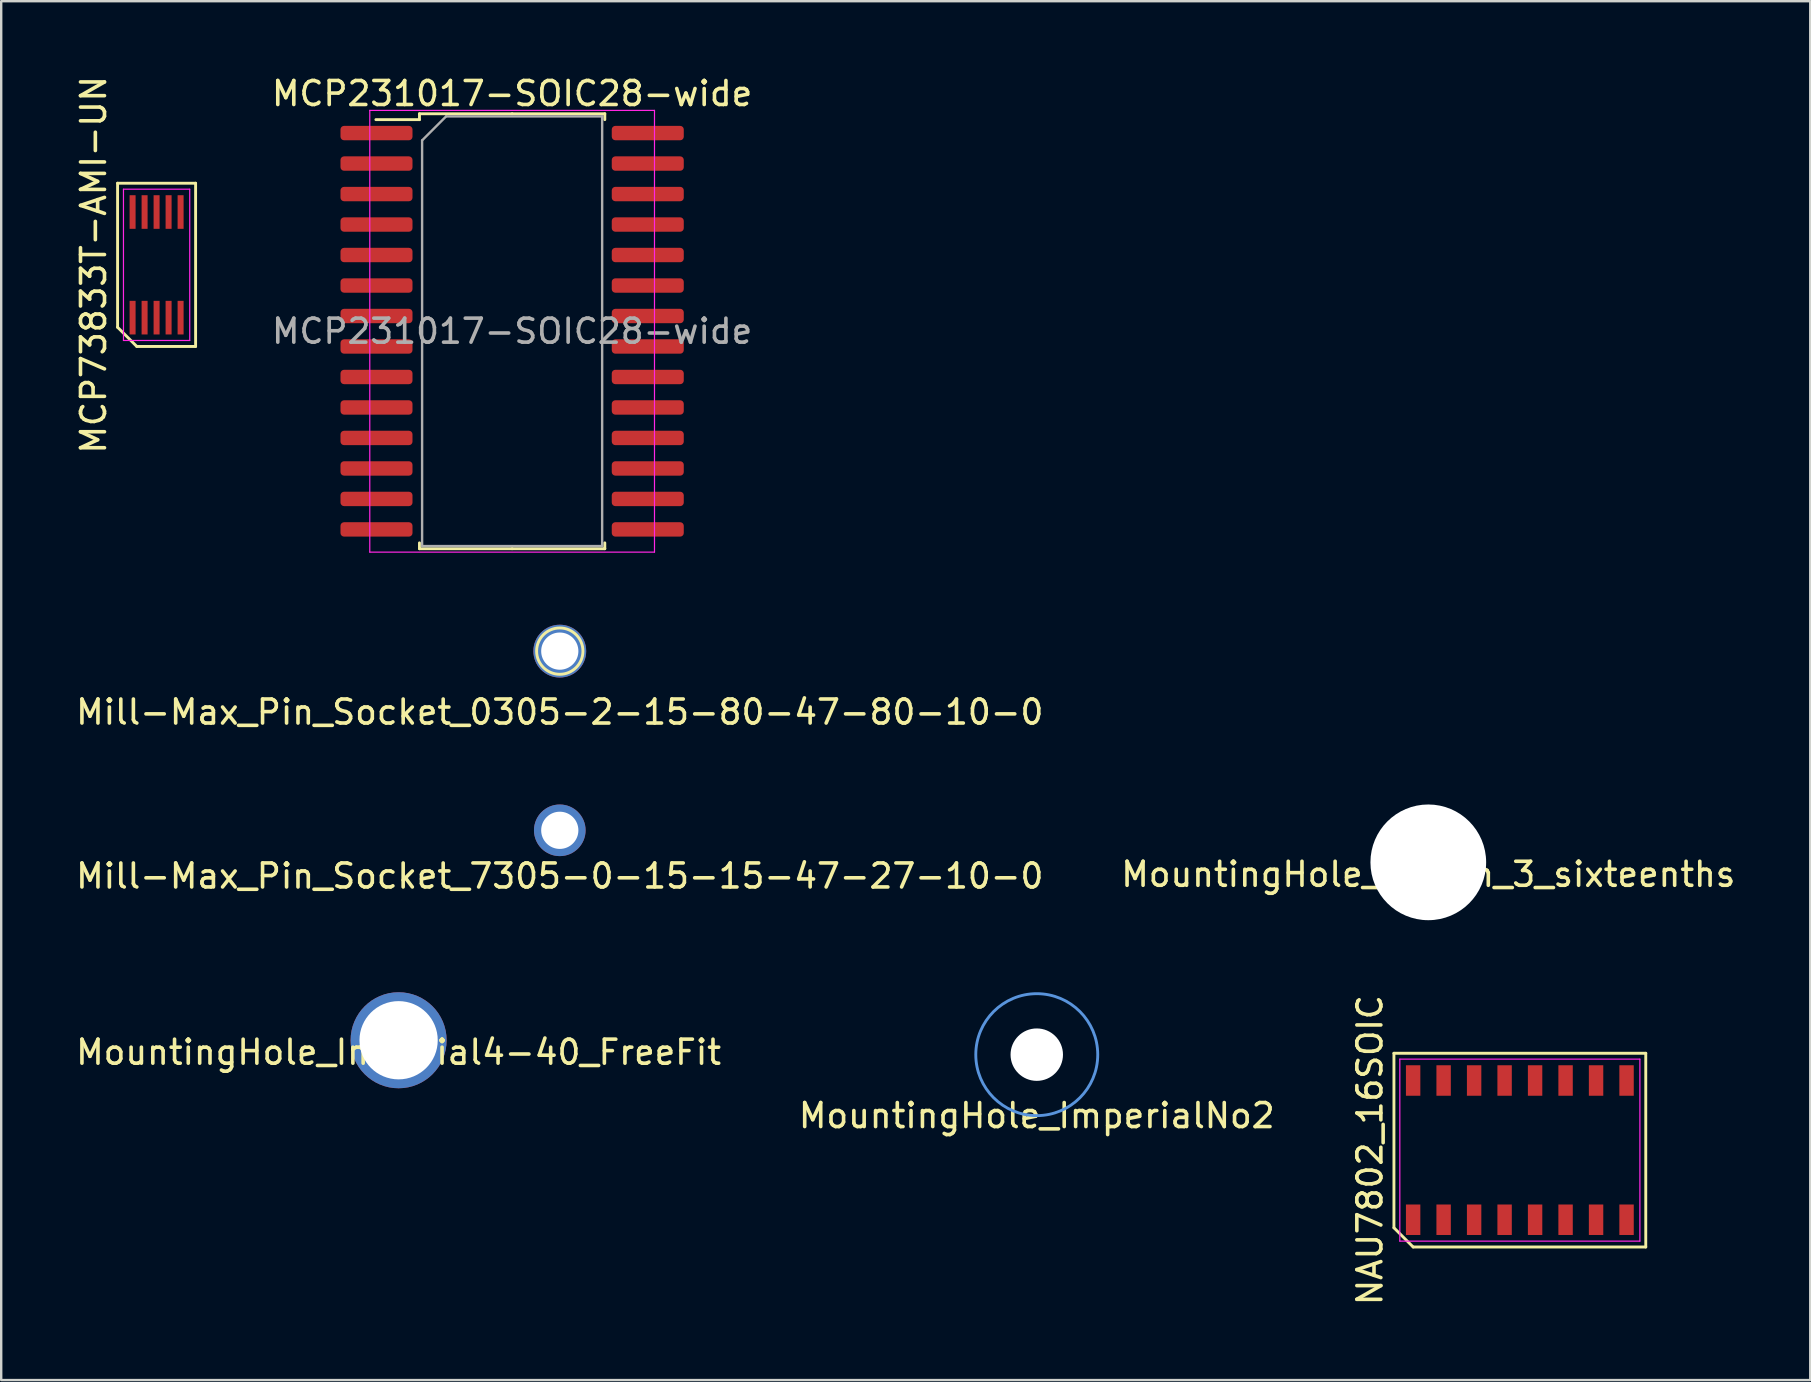
<source format=kicad_pcb>
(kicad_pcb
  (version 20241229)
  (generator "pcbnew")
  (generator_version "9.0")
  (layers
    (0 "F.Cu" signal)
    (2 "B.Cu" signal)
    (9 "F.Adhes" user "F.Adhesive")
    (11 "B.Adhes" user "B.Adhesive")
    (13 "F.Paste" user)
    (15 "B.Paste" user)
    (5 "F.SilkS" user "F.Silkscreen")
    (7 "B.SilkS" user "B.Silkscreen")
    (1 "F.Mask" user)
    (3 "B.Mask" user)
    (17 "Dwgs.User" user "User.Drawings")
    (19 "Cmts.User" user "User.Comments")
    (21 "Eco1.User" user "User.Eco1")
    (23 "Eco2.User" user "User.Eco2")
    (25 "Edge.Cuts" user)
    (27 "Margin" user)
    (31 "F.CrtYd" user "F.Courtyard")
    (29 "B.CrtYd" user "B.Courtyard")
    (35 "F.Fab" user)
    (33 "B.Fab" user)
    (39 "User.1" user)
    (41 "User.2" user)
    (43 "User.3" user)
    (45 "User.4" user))
  (footprint "MountingHole_Imperial4-40_FreeFit"
    (layer "F.Cu")
    (at 13.554 40.282)
    (property "Reference" "MountingHole_Imperial4-40_FreeFit" (at 0 0.5 0) (layer "F.SilkS") (effects (font (size 1 1) (thickness 0.15))))
    (attr through_hole)
    (pad "" np_thru_hole circle (at 0 0) (size 4 4) (drill 3.26) (layers "*.Cu" "*.Mask")))
  (footprint "Mill-Max_Pin_Socket_0305-2-15-80-47-80-10-0"
    (layer "F.Cu")
    (at 20.268 24.073)
    (property "Reference" "Mill-Max_Pin_Socket_0305-2-15-80-47-80-10-0" (at 0 2.54 0) (layer "F.SilkS") (effects (font (size 1 1) (thickness 0.15))))
    (attr through_hole)
    (fp_circle (center 0 0) (end 0.965 0) (stroke (width 0.12) (type solid)) (fill no) (layer "F.SilkS"))
    (pad "1" thru_hole circle (at 0 0) (size 2.2 2.2) (drill 1.55) (layers "*.Cu" "*.Mask")))
  (footprint "Mill-Max_Pin_Socket_7305-0-15-15-47-27-10-0"
    (layer "F.Cu")
    (at 20.268 31.537)
    (property "Reference" "Mill-Max_Pin_Socket_7305-0-15-15-47-27-10-0" (at 0 1.905 0) (layer "F.SilkS") (effects (font (size 1 1) (thickness 0.15))))
    (attr through_hole)
    (pad "1" thru_hole circle (at 0 0) (size 2.15 2.15) (drill 1.55) (layers "*.Cu" "*.Mask")))
  (footprint "NAU7802_16SOIC"
    (layer "F.Cu")
    (at 60.26 44.859)
    (property "Reference" "NAU7802_16SOIC" (at -6.245 0 90) (layer "F.SilkS") (effects (font (size 1 1) (thickness 0.15))))
    (attr smd)
    (fp_line (start -5.245 -4.035) (end 5.245 -4.035) (stroke (width 0.12) (type solid)) (layer "F.SilkS"))
    (fp_line (start -5.245 3.235) (end -5.245 -4.035) (stroke (width 0.12) (type solid)) (layer "F.SilkS"))
    (fp_line (start -4.445 4.035) (end -5.245 3.235) (stroke (width 0.12) (type solid)) (layer "F.SilkS"))
    (fp_line (start 5.245 -4.035) (end 5.245 4.035) (stroke (width 0.12) (type solid)) (layer "F.SilkS"))
    (fp_line (start 5.245 4.035) (end -4.445 4.035) (stroke (width 0.12) (type solid)) (layer "F.SilkS"))
    (fp_line (start -5 -3.79) (end 5 -3.79) (stroke (width 0.05) (type solid)) (layer "F.CrtYd"))
    (fp_line (start -5 3.79) (end -5 -3.79) (stroke (width 0.05) (type solid)) (layer "F.CrtYd"))
    (fp_line (start 5 -3.79) (end 5 3.79) (stroke (width 0.05) (type solid)) (layer "F.CrtYd"))
    (fp_line (start 5 3.79) (end -5 3.79) (stroke (width 0.05) (type solid)) (layer "F.CrtYd"))
    (pad "1" smd rect (at -4.445 2.9) (size 0.6 1.27) (layers "F.Cu" "F.Mask" "F.Paste"))
    (pad "2" smd rect (at -3.175 2.9) (size 0.6 1.27) (layers "F.Cu" "F.Mask" "F.Paste"))
    (pad "3" smd rect (at -1.905 2.9) (size 0.6 1.27) (layers "F.Cu" "F.Mask" "F.Paste"))
    (pad "4" smd rect (at -0.635 2.9) (size 0.6 1.27) (layers "F.Cu" "F.Mask" "F.Paste"))
    (pad "5" smd rect (at 0.635 2.9) (size 0.6 1.27) (layers "F.Cu" "F.Mask" "F.Paste"))
    (pad "6" smd rect (at 1.905 2.9) (size 0.6 1.27) (layers "F.Cu" "F.Mask" "F.Paste"))
    (pad "7" smd rect (at 3.175 2.9) (size 0.6 1.27) (layers "F.Cu" "F.Mask" "F.Paste"))
    (pad "8" smd rect (at 4.445 2.9) (size 0.6 1.27) (layers "F.Cu" "F.Mask" "F.Paste"))
    (pad "9" smd rect (at 4.445 -2.9) (size 0.6 1.27) (layers "F.Cu" "F.Mask" "F.Paste"))
    (pad "10" smd rect (at 3.175 -2.9) (size 0.6 1.27) (layers "F.Cu" "F.Mask" "F.Paste"))
    (pad "11" smd rect (at 1.905 -2.9) (size 0.6 1.27) (layers "F.Cu" "F.Mask" "F.Paste"))
    (pad "12" smd rect (at 0.635 -2.9) (size 0.6 1.27) (layers "F.Cu" "F.Mask" "F.Paste"))
    (pad "13" smd rect (at -0.635 -2.9) (size 0.6 1.27) (layers "F.Cu" "F.Mask" "F.Paste"))
    (pad "14" smd rect (at -1.905 -2.9) (size 0.6 1.27) (layers "F.Cu" "F.Mask" "F.Paste"))
    (pad "15" smd rect (at -3.175 -2.9) (size 0.6 1.27) (layers "F.Cu" "F.Mask" "F.Paste"))
    (pad "16" smd rect (at -4.445 -2.9) (size 0.6 1.27) (layers "F.Cu" "F.Mask" "F.Paste")))
  (footprint "MCP73833T-AMI-UN"
    (layer "F.Cu")
    (at 3.473 7.982)
    (property "Reference" "MCP73833T-AMI-UN" (at -2.625 0 90) (layer "F.SilkS") (effects (font (size 1 1) (thickness 0.15))))
    (attr smd)
    (fp_line (start -1.625 -3.4) (end 1.625 -3.4) (stroke (width 0.12) (type solid)) (layer "F.SilkS"))
    (fp_line (start -1.625 2.6) (end -1.625 -3.4) (stroke (width 0.12) (type solid)) (layer "F.SilkS"))
    (fp_line (start -0.825 3.4) (end -1.625 2.6) (stroke (width 0.12) (type solid)) (layer "F.SilkS"))
    (fp_line (start 1.625 -3.4) (end 1.625 3.4) (stroke (width 0.12) (type solid)) (layer "F.SilkS"))
    (fp_line (start 1.625 3.4) (end -0.825 3.4) (stroke (width 0.12) (type solid)) (layer "F.SilkS"))
    (fp_line (start -1.38 -3.15) (end 1.38 -3.15) (stroke (width 0.05) (type solid)) (layer "F.CrtYd"))
    (fp_line (start -1.38 3.15) (end -1.38 -3.15) (stroke (width 0.05) (type solid)) (layer "F.CrtYd"))
    (fp_line (start 1.38 -3.15) (end 1.38 3.15) (stroke (width 0.05) (type solid)) (layer "F.CrtYd"))
    (fp_line (start 1.38 3.15) (end -1.38 3.15) (stroke (width 0.05) (type solid)) (layer "F.CrtYd"))
    (pad "1" smd rect (at -1 2.2) (size 0.25 1.4) (layers "F.Cu" "F.Mask" "F.Paste"))
    (pad "2" smd rect (at -0.5 2.2) (size 0.25 1.4) (layers "F.Cu" "F.Mask" "F.Paste"))
    (pad "3" smd rect (at 0 2.2) (size 0.25 1.4) (layers "F.Cu" "F.Mask" "F.Paste"))
    (pad "4" smd rect (at 0.5 2.2) (size 0.25 1.4) (layers "F.Cu" "F.Mask" "F.Paste"))
    (pad "5" smd rect (at 1 2.2) (size 0.25 1.4) (layers "F.Cu" "F.Mask" "F.Paste"))
    (pad "6" smd rect (at 1 -2.2) (size 0.25 1.4) (layers "F.Cu" "F.Mask" "F.Paste"))
    (pad "7" smd rect (at 0.5 -2.2) (size 0.25 1.4) (layers "F.Cu" "F.Mask" "F.Paste"))
    (pad "8" smd rect (at 0 -2.2) (size 0.25 1.4) (layers "F.Cu" "F.Mask" "F.Paste"))
    (pad "9" smd rect (at -0.5 -2.2) (size 0.25 1.4) (layers "F.Cu" "F.Mask" "F.Paste"))
    (pad "10" smd rect (at -1 -2.2) (size 0.25 1.4) (layers "F.Cu" "F.Mask" "F.Paste")))
  (footprint "MountingHole_1.88in_3_sixteenths"
    (layer "F.Cu")
    (at 56.446 32.871)
    (property "Reference" "MountingHole_1.88in_3_sixteenths" (at 0 0.5 0) (layer "F.SilkS") (effects (font (size 1 1) (thickness 0.15))))
    (attr through_hole)
    (pad "" np_thru_hole circle (at 0 0) (size 4.82 4.82) (drill 4.82) (layers "*.Cu" "*.Mask")))
  (footprint "MCP231017-SOIC28-wide"
    (layer "F.Cu")
    (at 18.283 10.748)
    (property "Reference" "MCP231017-SOIC28-wide" (at 0 -9.9 0) (layer "F.SilkS") (effects (font (size 1 1) (thickness 0.15))))
    (attr smd)
    (fp_line (start -3.86 -9.06) (end -3.86 -8.815) (stroke (width 0.12) (type solid)) (layer "F.SilkS"))
    (fp_line (start -3.86 -8.815) (end -5.675 -8.815) (stroke (width 0.12) (type solid)) (layer "F.SilkS"))
    (fp_line (start -3.86 9.06) (end -3.86 8.815) (stroke (width 0.12) (type solid)) (layer "F.SilkS"))
    (fp_line (start 0 -9.06) (end -3.86 -9.06) (stroke (width 0.12) (type solid)) (layer "F.SilkS"))
    (fp_line (start 0 -9.06) (end 3.86 -9.06) (stroke (width 0.12) (type solid)) (layer "F.SilkS"))
    (fp_line (start 0 9.06) (end -3.86 9.06) (stroke (width 0.12) (type solid)) (layer "F.SilkS"))
    (fp_line (start 0 9.06) (end 3.86 9.06) (stroke (width 0.12) (type solid)) (layer "F.SilkS"))
    (fp_line (start 3.86 -9.06) (end 3.86 -8.815) (stroke (width 0.12) (type solid)) (layer "F.SilkS"))
    (fp_line (start 3.86 9.06) (end 3.86 8.815) (stroke (width 0.12) (type solid)) (layer "F.SilkS"))
    (fp_line (start -5.93 -9.2) (end -5.93 9.2) (stroke (width 0.05) (type solid)) (layer "F.CrtYd"))
    (fp_line (start -5.93 9.2) (end 5.93 9.2) (stroke (width 0.05) (type solid)) (layer "F.CrtYd"))
    (fp_line (start 5.93 -9.2) (end -5.93 -9.2) (stroke (width 0.05) (type solid)) (layer "F.CrtYd"))
    (fp_line (start 5.93 9.2) (end 5.93 -9.2) (stroke (width 0.05) (type solid)) (layer "F.CrtYd"))
    (fp_line (start -3.75 -7.95) (end -2.75 -8.95) (stroke (width 0.1) (type solid)) (layer "F.Fab"))
    (fp_line (start -3.75 8.95) (end -3.75 -7.95) (stroke (width 0.1) (type solid)) (layer "F.Fab"))
    (fp_line (start -2.75 -8.95) (end 3.75 -8.95) (stroke (width 0.1) (type solid)) (layer "F.Fab"))
    (fp_line (start 3.75 -8.95) (end 3.75 8.95) (stroke (width 0.1) (type solid)) (layer "F.Fab"))
    (fp_line (start 3.75 8.95) (end -3.75 8.95) (stroke (width 0.1) (type solid)) (layer "F.Fab"))
    (fp_text user "${REFERENCE}" (at 0 0 0) (layer "F.Fab") (effects (font (size 1 1) (thickness 0.15))))
    (pad "1" smd roundrect (at -5.65 -8.255) (size 3 0.6) (layers "F.Cu" "F.Mask" "F.Paste") (roundrect_rratio 0.25))
    (pad "2" smd roundrect (at -5.65 -6.985) (size 3 0.6) (layers "F.Cu" "F.Mask" "F.Paste") (roundrect_rratio 0.25))
    (pad "3" smd roundrect (at -5.65 -5.715) (size 3 0.6) (layers "F.Cu" "F.Mask" "F.Paste") (roundrect_rratio 0.25))
    (pad "4" smd roundrect (at -5.65 -4.445) (size 3 0.6) (layers "F.Cu" "F.Mask" "F.Paste") (roundrect_rratio 0.25))
    (pad "5" smd roundrect (at -5.65 -3.175) (size 3 0.6) (layers "F.Cu" "F.Mask" "F.Paste") (roundrect_rratio 0.25))
    (pad "6" smd roundrect (at -5.65 -1.905) (size 3 0.6) (layers "F.Cu" "F.Mask" "F.Paste") (roundrect_rratio 0.25))
    (pad "7" smd roundrect (at -5.65 -0.635) (size 3 0.6) (layers "F.Cu" "F.Mask" "F.Paste") (roundrect_rratio 0.25))
    (pad "8" smd roundrect (at -5.65 0.635) (size 3 0.6) (layers "F.Cu" "F.Mask" "F.Paste") (roundrect_rratio 0.25))
    (pad "9" smd roundrect (at -5.65 1.905) (size 3 0.6) (layers "F.Cu" "F.Mask" "F.Paste") (roundrect_rratio 0.25))
    (pad "10" smd roundrect (at -5.65 3.175) (size 3 0.6) (layers "F.Cu" "F.Mask" "F.Paste") (roundrect_rratio 0.25))
    (pad "11" smd roundrect (at -5.65 4.445) (size 3 0.6) (layers "F.Cu" "F.Mask" "F.Paste") (roundrect_rratio 0.25))
    (pad "12" smd roundrect (at -5.65 5.715) (size 3 0.6) (layers "F.Cu" "F.Mask" "F.Paste") (roundrect_rratio 0.25))
    (pad "13" smd roundrect (at -5.65 6.985) (size 3 0.6) (layers "F.Cu" "F.Mask" "F.Paste") (roundrect_rratio 0.25))
    (pad "14" smd roundrect (at -5.65 8.255) (size 3 0.6) (layers "F.Cu" "F.Mask" "F.Paste") (roundrect_rratio 0.25))
    (pad "15" smd roundrect (at 5.65 8.255) (size 3 0.6) (layers "F.Cu" "F.Mask" "F.Paste") (roundrect_rratio 0.25))
    (pad "16" smd roundrect (at 5.65 6.985) (size 3 0.6) (layers "F.Cu" "F.Mask" "F.Paste") (roundrect_rratio 0.25))
    (pad "17" smd roundrect (at 5.65 5.715) (size 3 0.6) (layers "F.Cu" "F.Mask" "F.Paste") (roundrect_rratio 0.25))
    (pad "18" smd roundrect (at 5.65 4.445) (size 3 0.6) (layers "F.Cu" "F.Mask" "F.Paste") (roundrect_rratio 0.25))
    (pad "19" smd roundrect (at 5.65 3.175) (size 3 0.6) (layers "F.Cu" "F.Mask" "F.Paste") (roundrect_rratio 0.25))
    (pad "20" smd roundrect (at 5.65 1.905) (size 3 0.6) (layers "F.Cu" "F.Mask" "F.Paste") (roundrect_rratio 0.25))
    (pad "21" smd roundrect (at 5.65 0.635) (size 3 0.6) (layers "F.Cu" "F.Mask" "F.Paste") (roundrect_rratio 0.25))
    (pad "22" smd roundrect (at 5.65 -0.635) (size 3 0.6) (layers "F.Cu" "F.Mask" "F.Paste") (roundrect_rratio 0.25))
    (pad "23" smd roundrect (at 5.65 -1.905) (size 3 0.6) (layers "F.Cu" "F.Mask" "F.Paste") (roundrect_rratio 0.25))
    (pad "24" smd roundrect (at 5.65 -3.175) (size 3 0.6) (layers "F.Cu" "F.Mask" "F.Paste") (roundrect_rratio 0.25))
    (pad "25" smd roundrect (at 5.65 -4.445) (size 3 0.6) (layers "F.Cu" "F.Mask" "F.Paste") (roundrect_rratio 0.25))
    (pad "26" smd roundrect (at 5.65 -5.715) (size 3 0.6) (layers "F.Cu" "F.Mask" "F.Paste") (roundrect_rratio 0.25))
    (pad "27" smd roundrect (at 5.65 -6.985) (size 3 0.6) (layers "F.Cu" "F.Mask" "F.Paste") (roundrect_rratio 0.25))
    (pad "28" smd roundrect (at 5.65 -8.255) (size 3 0.6) (layers "F.Cu" "F.Mask" "F.Paste") (roundrect_rratio 0.25)))
  (footprint "MountingHole_ImperialNo2"
    (layer "F.Cu")
    (at 40.137 40.882)
    (property "Reference" "MountingHole_ImperialNo2" (at 0 2.54 0) (layer "F.SilkS") (effects (font (size 1 1) (thickness 0.15))))
    (attr through_hole)
    (fp_circle (center 0 0) (end 2.54 0) (stroke (width 0.12) (type solid)) (fill no) (layer "Cmts.User"))
    (pad "" np_thru_hole circle (at 0 0) (size 2.184 2.184) (drill 2.184) (layers "*.Cu" "*.Mask")))
  (gr_rect
    (start -3 -3)
    (end 72.357 54.436)
    (stroke (width 0.1) (type default))
    (fill no)
    (layer "Edge.Cuts")))
</source>
